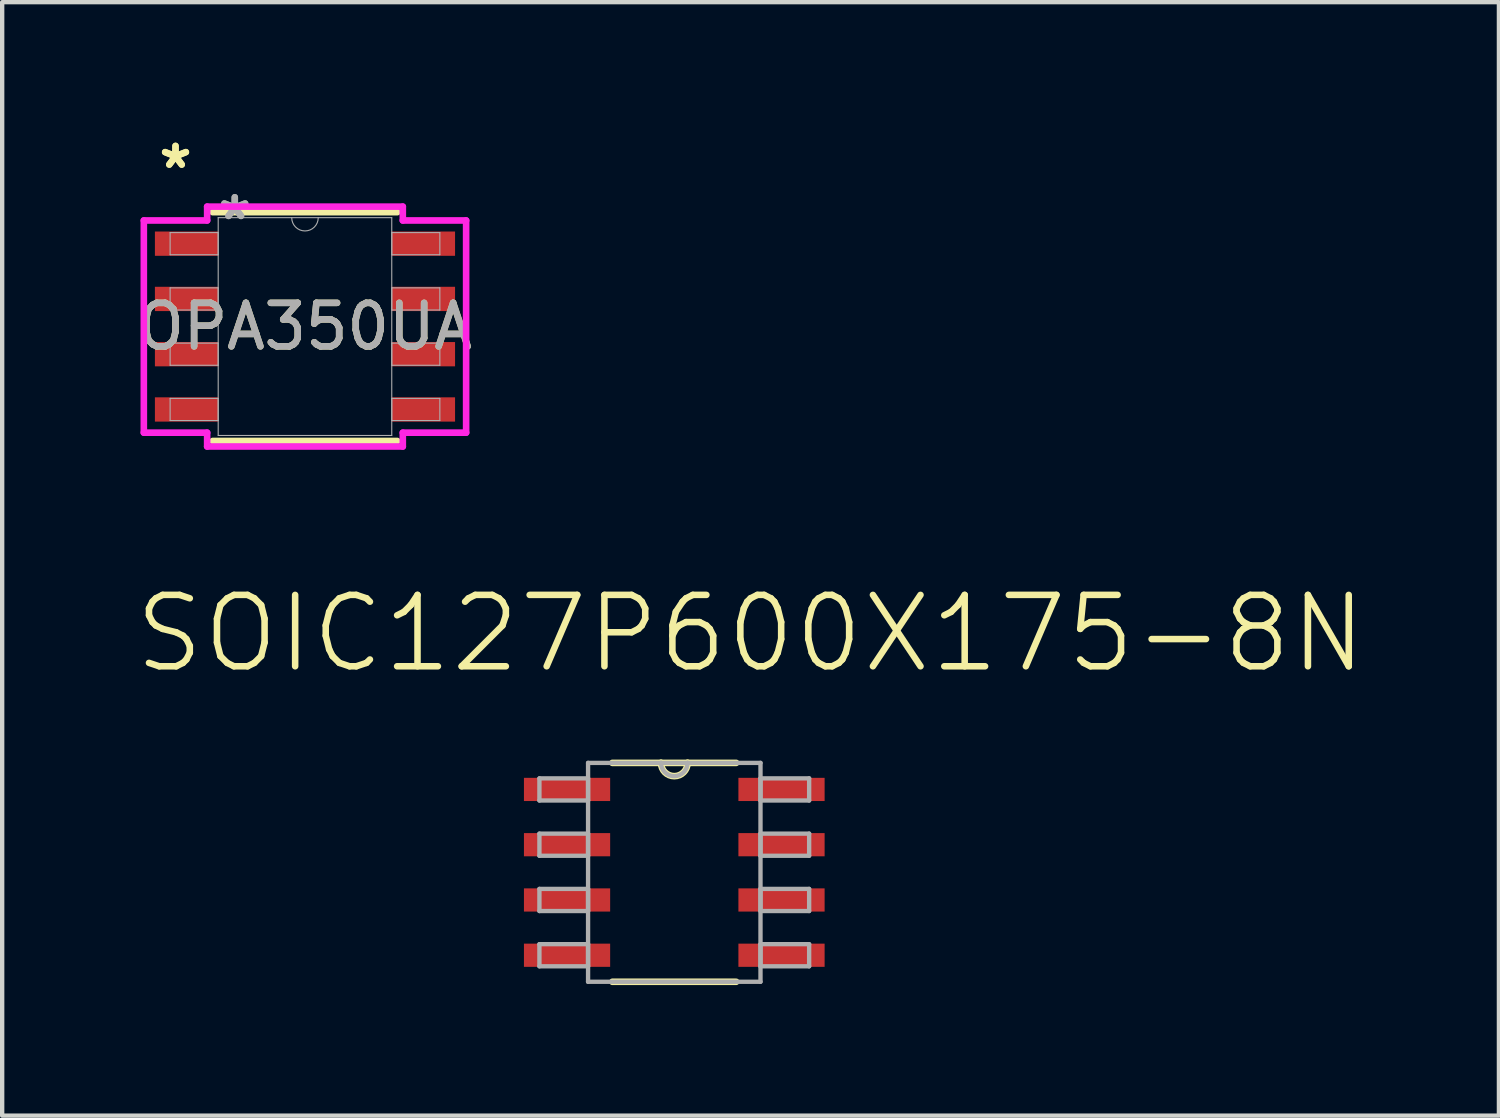
<source format=kicad_pcb>
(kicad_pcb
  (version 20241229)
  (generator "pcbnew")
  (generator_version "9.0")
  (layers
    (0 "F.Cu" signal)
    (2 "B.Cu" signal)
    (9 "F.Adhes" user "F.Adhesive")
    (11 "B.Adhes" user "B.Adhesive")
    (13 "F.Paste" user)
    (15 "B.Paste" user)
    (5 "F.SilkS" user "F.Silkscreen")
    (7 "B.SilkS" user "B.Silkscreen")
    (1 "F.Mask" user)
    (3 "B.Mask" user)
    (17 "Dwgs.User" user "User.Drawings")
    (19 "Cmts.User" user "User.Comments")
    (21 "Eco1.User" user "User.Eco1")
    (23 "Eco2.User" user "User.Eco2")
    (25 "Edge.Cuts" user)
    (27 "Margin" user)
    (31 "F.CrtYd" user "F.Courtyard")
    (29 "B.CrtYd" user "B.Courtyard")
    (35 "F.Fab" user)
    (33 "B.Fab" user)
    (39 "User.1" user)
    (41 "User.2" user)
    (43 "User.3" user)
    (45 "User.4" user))
  (footprint "OPA350UA"
    (layer "F.Cu")
    (at 3.958 4.454)
    (property "Reference" "OPA350UA" (at 0 0 0) (unlocked yes) (layer "F.SilkS") (effects (font (size 1 1) (thickness 0.15))))
    (attr smd)
    (fp_line (start -2.121 2.629) (end 2.121 2.629) (stroke (width 0.152) (type solid)) (layer "F.SilkS"))
    (fp_line (start 2.121 -2.629) (end -2.121 -2.629) (stroke (width 0.152) (type solid)) (layer "F.SilkS"))
    (fp_line (start -3.703 -2.438) (end -2.248 -2.438) (stroke (width 0.152) (type solid)) (layer "F.CrtYd"))
    (fp_line (start -3.703 2.438) (end -3.703 -2.438) (stroke (width 0.152) (type solid)) (layer "F.CrtYd"))
    (fp_line (start -3.703 2.438) (end -2.248 2.438) (stroke (width 0.152) (type solid)) (layer "F.CrtYd"))
    (fp_line (start -2.248 -2.756) (end 2.248 -2.756) (stroke (width 0.152) (type solid)) (layer "F.CrtYd"))
    (fp_line (start -2.248 -2.438) (end -2.248 -2.756) (stroke (width 0.152) (type solid)) (layer "F.CrtYd"))
    (fp_line (start -2.248 2.756) (end -2.248 2.438) (stroke (width 0.152) (type solid)) (layer "F.CrtYd"))
    (fp_line (start 2.248 -2.756) (end 2.248 -2.438) (stroke (width 0.152) (type solid)) (layer "F.CrtYd"))
    (fp_line (start 2.248 2.438) (end 2.248 2.756) (stroke (width 0.152) (type solid)) (layer "F.CrtYd"))
    (fp_line (start 2.248 2.756) (end -2.248 2.756) (stroke (width 0.152) (type solid)) (layer "F.CrtYd"))
    (fp_line (start 3.703 -2.438) (end 2.248 -2.438) (stroke (width 0.152) (type solid)) (layer "F.CrtYd"))
    (fp_line (start 3.703 -2.438) (end 3.703 2.438) (stroke (width 0.152) (type solid)) (layer "F.CrtYd"))
    (fp_line (start 3.703 2.438) (end 2.248 2.438) (stroke (width 0.152) (type solid)) (layer "F.CrtYd"))
    (fp_line (start -3.099 -2.159) (end -3.099 -1.651) (stroke (width 0.025) (type solid)) (layer "F.Fab"))
    (fp_line (start -3.099 -1.651) (end -1.994 -1.651) (stroke (width 0.025) (type solid)) (layer "F.Fab"))
    (fp_line (start -3.099 -0.889) (end -3.099 -0.381) (stroke (width 0.025) (type solid)) (layer "F.Fab"))
    (fp_line (start -3.099 -0.381) (end -1.994 -0.381) (stroke (width 0.025) (type solid)) (layer "F.Fab"))
    (fp_line (start -3.099 0.381) (end -3.099 0.889) (stroke (width 0.025) (type solid)) (layer "F.Fab"))
    (fp_line (start -3.099 0.889) (end -1.994 0.889) (stroke (width 0.025) (type solid)) (layer "F.Fab"))
    (fp_line (start -3.099 1.651) (end -3.099 2.159) (stroke (width 0.025) (type solid)) (layer "F.Fab"))
    (fp_line (start -3.099 2.159) (end -1.994 2.159) (stroke (width 0.025) (type solid)) (layer "F.Fab"))
    (fp_line (start -1.994 -2.502) (end -1.994 2.502) (stroke (width 0.025) (type solid)) (layer "F.Fab"))
    (fp_line (start -1.994 -2.159) (end -3.099 -2.159) (stroke (width 0.025) (type solid)) (layer "F.Fab"))
    (fp_line (start -1.994 -1.651) (end -1.994 -2.159) (stroke (width 0.025) (type solid)) (layer "F.Fab"))
    (fp_line (start -1.994 -0.889) (end -3.099 -0.889) (stroke (width 0.025) (type solid)) (layer "F.Fab"))
    (fp_line (start -1.994 -0.381) (end -1.994 -0.889) (stroke (width 0.025) (type solid)) (layer "F.Fab"))
    (fp_line (start -1.994 0.381) (end -3.099 0.381) (stroke (width 0.025) (type solid)) (layer "F.Fab"))
    (fp_line (start -1.994 0.889) (end -1.994 0.381) (stroke (width 0.025) (type solid)) (layer "F.Fab"))
    (fp_line (start -1.994 1.651) (end -3.099 1.651) (stroke (width 0.025) (type solid)) (layer "F.Fab"))
    (fp_line (start -1.994 2.159) (end -1.994 1.651) (stroke (width 0.025) (type solid)) (layer "F.Fab"))
    (fp_line (start -1.994 2.502) (end 1.994 2.502) (stroke (width 0.025) (type solid)) (layer "F.Fab"))
    (fp_line (start 1.994 -2.502) (end -1.994 -2.502) (stroke (width 0.025) (type solid)) (layer "F.Fab"))
    (fp_line (start 1.994 -2.159) (end 1.994 -1.651) (stroke (width 0.025) (type solid)) (layer "F.Fab"))
    (fp_line (start 1.994 -1.651) (end 3.099 -1.651) (stroke (width 0.025) (type solid)) (layer "F.Fab"))
    (fp_line (start 1.994 -0.889) (end 1.994 -0.381) (stroke (width 0.025) (type solid)) (layer "F.Fab"))
    (fp_line (start 1.994 -0.381) (end 3.099 -0.381) (stroke (width 0.025) (type solid)) (layer "F.Fab"))
    (fp_line (start 1.994 0.381) (end 1.994 0.889) (stroke (width 0.025) (type solid)) (layer "F.Fab"))
    (fp_line (start 1.994 0.889) (end 3.099 0.889) (stroke (width 0.025) (type solid)) (layer "F.Fab"))
    (fp_line (start 1.994 1.651) (end 1.994 2.159) (stroke (width 0.025) (type solid)) (layer "F.Fab"))
    (fp_line (start 1.994 2.159) (end 3.099 2.159) (stroke (width 0.025) (type solid)) (layer "F.Fab"))
    (fp_line (start 1.994 2.502) (end 1.994 -2.502) (stroke (width 0.025) (type solid)) (layer "F.Fab"))
    (fp_line (start 3.099 -2.159) (end 1.994 -2.159) (stroke (width 0.025) (type solid)) (layer "F.Fab"))
    (fp_line (start 3.099 -1.651) (end 3.099 -2.159) (stroke (width 0.025) (type solid)) (layer "F.Fab"))
    (fp_line (start 3.099 -0.889) (end 1.994 -0.889) (stroke (width 0.025) (type solid)) (layer "F.Fab"))
    (fp_line (start 3.099 -0.381) (end 3.099 -0.889) (stroke (width 0.025) (type solid)) (layer "F.Fab"))
    (fp_line (start 3.099 0.381) (end 1.994 0.381) (stroke (width 0.025) (type solid)) (layer "F.Fab"))
    (fp_line (start 3.099 0.889) (end 3.099 0.381) (stroke (width 0.025) (type solid)) (layer "F.Fab"))
    (fp_line (start 3.099 1.651) (end 1.994 1.651) (stroke (width 0.025) (type solid)) (layer "F.Fab"))
    (fp_line (start 3.099 2.159) (end 3.099 1.651) (stroke (width 0.025) (type solid)) (layer "F.Fab"))
    (fp_arc (start 0.3048 -2.5019) (mid 0 -2.1971) (end -0.3048 -2.5019) (stroke (width 0.0254) (type solid)) (layer "F.Fab"))
    (fp_text user "*" (at -2.975 -3.606 0) (layer "F.SilkS") (effects (font (size 1 1) (thickness 0.15))))
    (fp_text user "*" (at -2.975 -3.606 0) (unlocked yes) (layer "F.SilkS") (effects (font (size 1 1) (thickness 0.15))))
    (fp_text user "${REFERENCE}" (at 0 0 0) (unlocked yes) (layer "F.Fab") (effects (font (size 1 1) (thickness 0.15))))
    (fp_text user "*" (at -1.613 -2.426 0) (layer "F.Fab") (effects (font (size 1 1) (thickness 0.15))))
    (fp_text user "*" (at -1.613 -2.426 0) (unlocked yes) (layer "F.Fab") (effects (font (size 1 1) (thickness 0.15))))
    (pad "1" smd rect (at -2.721 -1.905) (size 1.455 0.558) (layers "F.Cu" "F.Mask" "F.Paste"))
    (pad "2" smd rect (at -2.721 -0.635) (size 1.455 0.558) (layers "F.Cu" "F.Mask" "F.Paste"))
    (pad "3" smd rect (at -2.721 0.635) (size 1.455 0.558) (layers "F.Cu" "F.Mask" "F.Paste"))
    (pad "4" smd rect (at -2.721 1.905) (size 1.455 0.558) (layers "F.Cu" "F.Mask" "F.Paste"))
    (pad "5" smd rect (at 2.721 1.905) (size 1.455 0.558) (layers "F.Cu" "F.Mask" "F.Paste"))
    (pad "6" smd rect (at 2.721 0.635) (size 1.455 0.558) (layers "F.Cu" "F.Mask" "F.Paste"))
    (pad "7" smd rect (at 2.721 -0.635) (size 1.455 0.558) (layers "F.Cu" "F.Mask" "F.Paste"))
    (pad "8" smd rect (at 2.721 -1.905) (size 1.455 0.558) (layers "F.Cu" "F.Mask" "F.Paste")))
  (footprint "SOIC127P600X175-8N"
    (layer "F.Cu")
    (at 12.444 16.995)
    (property "Reference" "SOIC127P600X175-8N" (at 1.753 -5.486 0) (layer "F.SilkS") (effects (font (size 1.64 1.64) (thickness 0.15))))
    (attr smd)
    (fp_line (start -1.422 2.515) (end 1.422 2.515) (stroke (width 0.152) (type solid)) (layer "F.SilkS"))
    (fp_line (start -0.305 -2.515) (end -1.422 -2.515) (stroke (width 0.152) (type solid)) (layer "F.SilkS"))
    (fp_line (start 0.305 -2.515) (end -0.305 -2.515) (stroke (width 0.152) (type solid)) (layer "F.SilkS"))
    (fp_line (start 1.422 -2.515) (end 0.305 -2.515) (stroke (width 0.152) (type solid)) (layer "F.SilkS"))
    (fp_arc (start 0.3048 -2.5146) (mid 0 -2.2098) (end -0.3048 -2.5146) (stroke (width 0.1524) (type solid)) (layer "F.SilkS"))
    (fp_line (start -3.099 -2.159) (end -3.099 -1.651) (stroke (width 0.1) (type solid)) (layer "F.Fab"))
    (fp_line (start -3.099 -1.651) (end -1.981 -1.651) (stroke (width 0.1) (type solid)) (layer "F.Fab"))
    (fp_line (start -3.099 -0.889) (end -3.099 -0.381) (stroke (width 0.1) (type solid)) (layer "F.Fab"))
    (fp_line (start -3.099 -0.381) (end -1.981 -0.381) (stroke (width 0.1) (type solid)) (layer "F.Fab"))
    (fp_line (start -3.099 0.381) (end -3.099 0.889) (stroke (width 0.1) (type solid)) (layer "F.Fab"))
    (fp_line (start -3.099 0.889) (end -1.981 0.889) (stroke (width 0.1) (type solid)) (layer "F.Fab"))
    (fp_line (start -3.099 1.651) (end -3.099 2.159) (stroke (width 0.1) (type solid)) (layer "F.Fab"))
    (fp_line (start -3.099 2.159) (end -1.981 2.159) (stroke (width 0.1) (type solid)) (layer "F.Fab"))
    (fp_line (start -1.981 -2.515) (end -1.981 2.515) (stroke (width 0.1) (type solid)) (layer "F.Fab"))
    (fp_line (start -1.981 -2.159) (end -3.099 -2.159) (stroke (width 0.1) (type solid)) (layer "F.Fab"))
    (fp_line (start -1.981 -1.651) (end -1.981 -2.159) (stroke (width 0.1) (type solid)) (layer "F.Fab"))
    (fp_line (start -1.981 -0.889) (end -3.099 -0.889) (stroke (width 0.1) (type solid)) (layer "F.Fab"))
    (fp_line (start -1.981 -0.381) (end -1.981 -0.889) (stroke (width 0.1) (type solid)) (layer "F.Fab"))
    (fp_line (start -1.981 0.381) (end -3.099 0.381) (stroke (width 0.1) (type solid)) (layer "F.Fab"))
    (fp_line (start -1.981 0.889) (end -1.981 0.381) (stroke (width 0.1) (type solid)) (layer "F.Fab"))
    (fp_line (start -1.981 1.651) (end -3.099 1.651) (stroke (width 0.1) (type solid)) (layer "F.Fab"))
    (fp_line (start -1.981 2.159) (end -1.981 1.651) (stroke (width 0.1) (type solid)) (layer "F.Fab"))
    (fp_line (start -1.981 2.515) (end 1.981 2.515) (stroke (width 0.1) (type solid)) (layer "F.Fab"))
    (fp_line (start -0.305 -2.515) (end -1.981 -2.515) (stroke (width 0.1) (type solid)) (layer "F.Fab"))
    (fp_line (start 0.305 -2.515) (end -0.305 -2.515) (stroke (width 0.1) (type solid)) (layer "F.Fab"))
    (fp_line (start 1.981 -2.515) (end 0.305 -2.515) (stroke (width 0.1) (type solid)) (layer "F.Fab"))
    (fp_line (start 1.981 -2.159) (end 1.981 -1.651) (stroke (width 0.1) (type solid)) (layer "F.Fab"))
    (fp_line (start 1.981 -1.651) (end 3.099 -1.651) (stroke (width 0.1) (type solid)) (layer "F.Fab"))
    (fp_line (start 1.981 -0.889) (end 1.981 -0.381) (stroke (width 0.1) (type solid)) (layer "F.Fab"))
    (fp_line (start 1.981 -0.381) (end 3.099 -0.381) (stroke (width 0.1) (type solid)) (layer "F.Fab"))
    (fp_line (start 1.981 0.381) (end 1.981 0.889) (stroke (width 0.1) (type solid)) (layer "F.Fab"))
    (fp_line (start 1.981 0.889) (end 3.099 0.889) (stroke (width 0.1) (type solid)) (layer "F.Fab"))
    (fp_line (start 1.981 1.651) (end 1.981 2.159) (stroke (width 0.1) (type solid)) (layer "F.Fab"))
    (fp_line (start 1.981 2.159) (end 3.099 2.159) (stroke (width 0.1) (type solid)) (layer "F.Fab"))
    (fp_line (start 1.981 2.515) (end 1.981 -2.515) (stroke (width 0.1) (type solid)) (layer "F.Fab"))
    (fp_line (start 3.099 -2.159) (end 1.981 -2.159) (stroke (width 0.1) (type solid)) (layer "F.Fab"))
    (fp_line (start 3.099 -1.651) (end 3.099 -2.159) (stroke (width 0.1) (type solid)) (layer "F.Fab"))
    (fp_line (start 3.099 -0.889) (end 1.981 -0.889) (stroke (width 0.1) (type solid)) (layer "F.Fab"))
    (fp_line (start 3.099 -0.381) (end 3.099 -0.889) (stroke (width 0.1) (type solid)) (layer "F.Fab"))
    (fp_line (start 3.099 0.381) (end 1.981 0.381) (stroke (width 0.1) (type solid)) (layer "F.Fab"))
    (fp_line (start 3.099 0.889) (end 3.099 0.381) (stroke (width 0.1) (type solid)) (layer "F.Fab"))
    (fp_line (start 3.099 1.651) (end 1.981 1.651) (stroke (width 0.1) (type solid)) (layer "F.Fab"))
    (fp_line (start 3.099 2.159) (end 3.099 1.651) (stroke (width 0.1) (type solid)) (layer "F.Fab"))
    (fp_arc (start 0.3048 -2.5146) (mid 0 -2.2098) (end -0.3048 -2.5146) (stroke (width 0.1) (type solid)) (layer "F.Fab"))
    (pad "1" smd rect (at -2.464 -1.905) (size 1.981 0.533) (layers "F.Cu" "F.Mask" "F.Paste"))
    (pad "2" smd rect (at -2.464 -0.635) (size 1.981 0.533) (layers "F.Cu" "F.Mask" "F.Paste"))
    (pad "3" smd rect (at -2.464 0.635) (size 1.981 0.533) (layers "F.Cu" "F.Mask" "F.Paste"))
    (pad "4" smd rect (at -2.464 1.905) (size 1.981 0.533) (layers "F.Cu" "F.Mask" "F.Paste"))
    (pad "5" smd rect (at 2.464 1.905) (size 1.981 0.533) (layers "F.Cu" "F.Mask" "F.Paste"))
    (pad "6" smd rect (at 2.464 0.635) (size 1.981 0.533) (layers "F.Cu" "F.Mask" "F.Paste"))
    (pad "7" smd rect (at 2.464 -0.635) (size 1.981 0.533) (layers "F.Cu" "F.Mask" "F.Paste"))
    (pad "8" smd rect (at 2.464 -1.905) (size 1.981 0.533) (layers "F.Cu" "F.Mask" "F.Paste")))
  (gr_rect
    (start -3 -3)
    (end 31.393 22.586)
    (stroke (width 0.1) (type default))
    (fill no)
    (layer "Edge.Cuts")))
</source>
